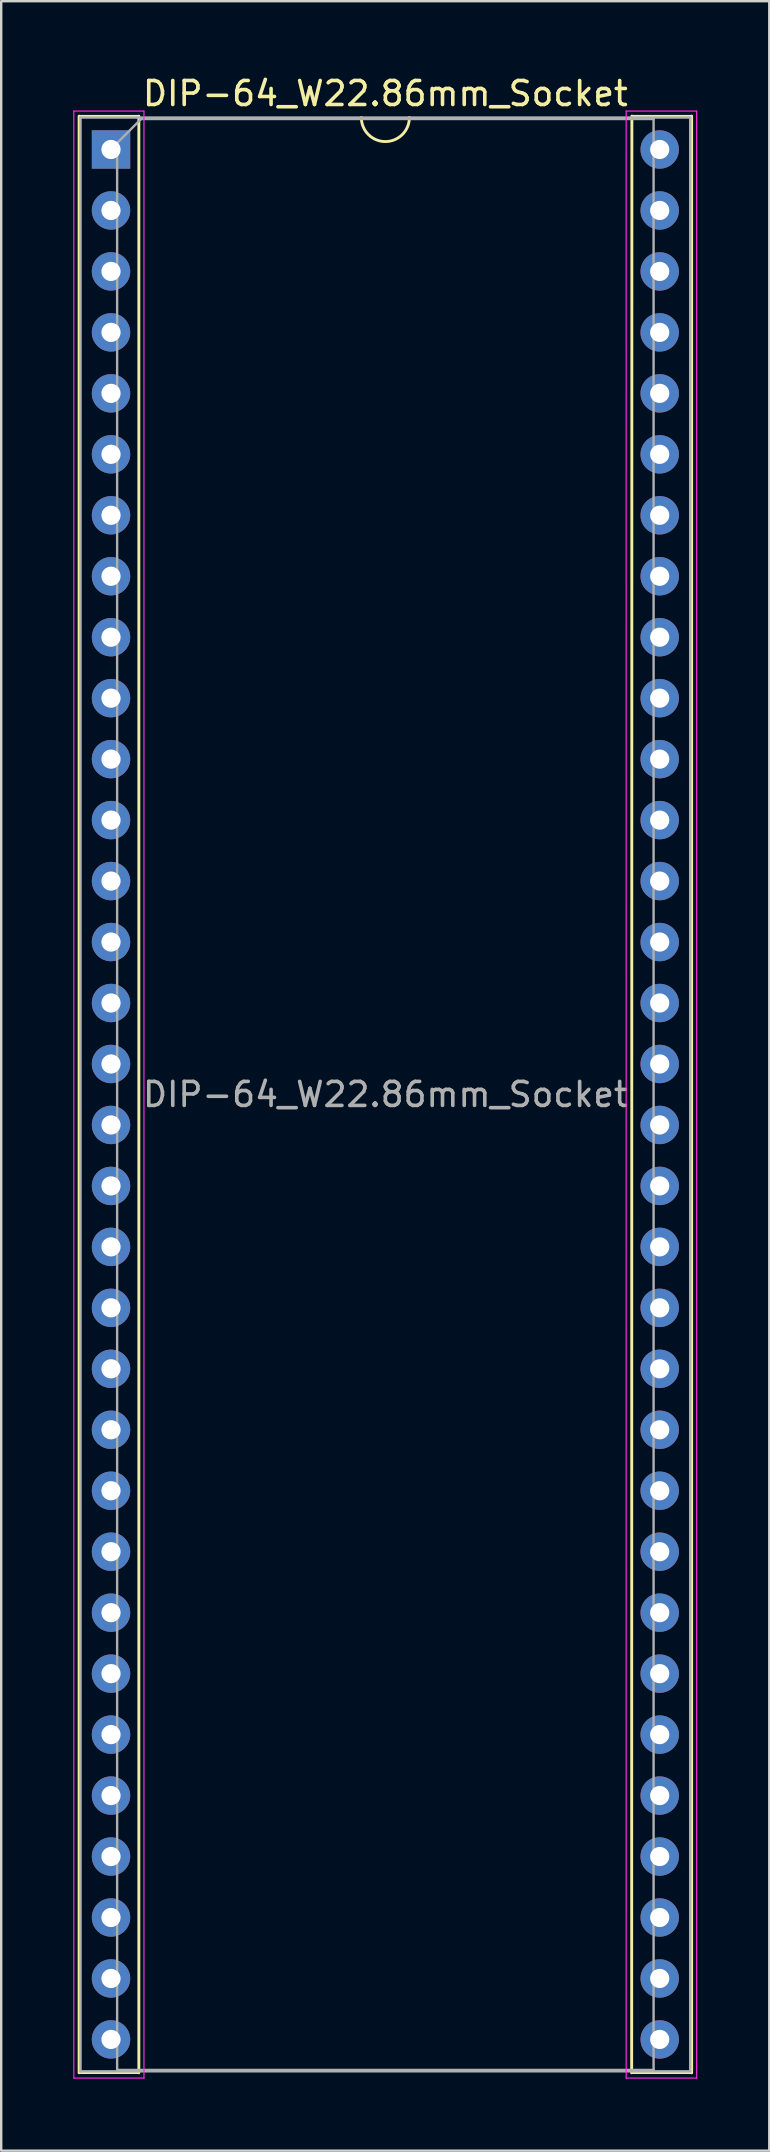
<source format=kicad_pcb>
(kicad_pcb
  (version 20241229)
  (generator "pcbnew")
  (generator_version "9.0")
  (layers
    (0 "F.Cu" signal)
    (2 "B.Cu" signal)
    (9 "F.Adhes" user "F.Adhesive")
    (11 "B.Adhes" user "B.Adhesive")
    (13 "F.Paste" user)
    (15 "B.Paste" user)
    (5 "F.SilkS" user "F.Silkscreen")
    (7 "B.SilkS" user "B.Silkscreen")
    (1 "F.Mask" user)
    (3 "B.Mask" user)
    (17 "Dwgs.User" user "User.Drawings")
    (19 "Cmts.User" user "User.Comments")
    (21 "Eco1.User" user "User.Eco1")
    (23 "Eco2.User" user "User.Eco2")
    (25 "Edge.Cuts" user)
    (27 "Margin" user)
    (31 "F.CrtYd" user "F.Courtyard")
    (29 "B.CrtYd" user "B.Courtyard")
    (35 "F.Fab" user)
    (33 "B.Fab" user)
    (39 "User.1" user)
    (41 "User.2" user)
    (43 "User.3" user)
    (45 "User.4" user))
  (footprint "DIP-64_W22.86mm_Socket"
    (layer "F.Cu")
    (at 1.575 3.178)
    (property "Reference" "DIP-64_W22.86mm_Socket" (at 11.43 -2.33 0) (layer "F.SilkS") (effects (font (size 1 1) (thickness 0.15))))
    (attr through_hole allow_soldermask_bridges)
    (fp_line (start -1.33 -1.39) (end -1.33 80.13) (stroke (width 0.12) (type solid)) (layer "F.SilkS"))
    (fp_line (start -1.33 80.13) (end 1.16 80.13) (stroke (width 0.1) (type default)) (layer "F.SilkS"))
    (fp_line (start 1.16 -1.39) (end -1.33 -1.39) (stroke (width 0.1) (type default)) (layer "F.SilkS"))
    (fp_line (start 1.16 -1.39) (end 1.16 80.13) (stroke (width 0.12) (type solid)) (layer "F.SilkS"))
    (fp_line (start 21.692 80.13) (end 21.7 -1.39) (stroke (width 0.12) (type solid)) (layer "F.SilkS"))
    (fp_line (start 21.692 80.13) (end 24.19 80.13) (stroke (width 0.1) (type default)) (layer "F.SilkS"))
    (fp_line (start 24.19 -1.39) (end 21.7 -1.39) (stroke (width 0.1) (type default)) (layer "F.SilkS"))
    (fp_line (start 24.19 80.13) (end 24.19 -1.39) (stroke (width 0.12) (type solid)) (layer "F.SilkS"))
    (fp_arc (start 12.43 -1.33) (mid 11.43 -0.33) (end 10.43 -1.33) (stroke (width 0.12) (type solid)) (layer "F.SilkS"))
    (fp_line (start -1.55 -1.6) (end -1.55 80.35) (stroke (width 0.05) (type solid)) (layer "F.CrtYd"))
    (fp_line (start 1.372 -1.6) (end -1.55 -1.6) (stroke (width 0.05) (type solid)) (layer "F.CrtYd"))
    (fp_line (start 1.372 -1.6) (end 1.372 80.35) (stroke (width 0.05) (type solid)) (layer "F.CrtYd"))
    (fp_line (start 1.372 80.35) (end -1.55 80.35) (stroke (width 0.05) (type default)) (layer "F.CrtYd"))
    (fp_line (start 21.463 -1.6) (end 24.4 -1.6) (stroke (width 0.05) (type default)) (layer "F.CrtYd"))
    (fp_line (start 21.463 80.35) (end 21.463 -1.6) (stroke (width 0.05) (type solid)) (layer "F.CrtYd"))
    (fp_line (start 21.463 80.35) (end 24.4 80.35) (stroke (width 0.05) (type default)) (layer "F.CrtYd"))
    (fp_line (start 24.4 80.35) (end 24.4 -1.6) (stroke (width 0.05) (type solid)) (layer "F.CrtYd"))
    (fp_line (start -1.27 -1.33) (end -1.27 80.07) (stroke (width 0.1) (type solid)) (layer "F.Fab"))
    (fp_line (start -1.27 80.07) (end 24.13 80.07) (stroke (width 0.1) (type solid)) (layer "F.Fab"))
    (fp_line (start 0.255 -0.27) (end 1.255 -1.27) (stroke (width 0.1) (type solid)) (layer "F.Fab"))
    (fp_line (start 0.255 80.01) (end 0.255 -0.27) (stroke (width 0.1) (type solid)) (layer "F.Fab"))
    (fp_line (start 1.255 -1.27) (end 22.605 -1.27) (stroke (width 0.1) (type solid)) (layer "F.Fab"))
    (fp_line (start 22.605 -1.27) (end 22.605 80.01) (stroke (width 0.1) (type solid)) (layer "F.Fab"))
    (fp_line (start 22.605 80.01) (end 0.255 80.01) (stroke (width 0.1) (type solid)) (layer "F.Fab"))
    (fp_line (start 24.13 -1.33) (end -1.27 -1.33) (stroke (width 0.1) (type solid)) (layer "F.Fab"))
    (fp_line (start 24.13 80.07) (end 24.13 -1.33) (stroke (width 0.1) (type solid)) (layer "F.Fab"))
    (fp_text user "${REFERENCE}" (at 11.43 39.37 0) (layer "F.Fab") (effects (font (size 1 1) (thickness 0.15))))
    (pad "1" thru_hole rect (at 0 0) (size 1.6 1.6) (drill 0.8) (layers "*.Cu" "*.Mask"))
    (pad "2" thru_hole oval (at 0 2.54) (size 1.6 1.6) (drill 0.8) (layers "*.Cu" "*.Mask"))
    (pad "3" thru_hole oval (at 0 5.08) (size 1.6 1.6) (drill 0.8) (layers "*.Cu" "*.Mask"))
    (pad "4" thru_hole oval (at 0 7.62) (size 1.6 1.6) (drill 0.8) (layers "*.Cu" "*.Mask"))
    (pad "5" thru_hole oval (at 0 10.16) (size 1.6 1.6) (drill 0.8) (layers "*.Cu" "*.Mask"))
    (pad "6" thru_hole oval (at 0 12.7) (size 1.6 1.6) (drill 0.8) (layers "*.Cu" "*.Mask"))
    (pad "7" thru_hole oval (at 0 15.24) (size 1.6 1.6) (drill 0.8) (layers "*.Cu" "*.Mask"))
    (pad "8" thru_hole oval (at 0 17.78) (size 1.6 1.6) (drill 0.8) (layers "*.Cu" "*.Mask"))
    (pad "9" thru_hole oval (at 0 20.32) (size 1.6 1.6) (drill 0.8) (layers "*.Cu" "*.Mask"))
    (pad "10" thru_hole oval (at 0 22.86) (size 1.6 1.6) (drill 0.8) (layers "*.Cu" "*.Mask"))
    (pad "11" thru_hole oval (at 0 25.4) (size 1.6 1.6) (drill 0.8) (layers "*.Cu" "*.Mask"))
    (pad "12" thru_hole oval (at 0 27.94) (size 1.6 1.6) (drill 0.8) (layers "*.Cu" "*.Mask"))
    (pad "13" thru_hole oval (at 0 30.48) (size 1.6 1.6) (drill 0.8) (layers "*.Cu" "*.Mask"))
    (pad "14" thru_hole oval (at 0 33.02) (size 1.6 1.6) (drill 0.8) (layers "*.Cu" "*.Mask"))
    (pad "15" thru_hole oval (at 0 35.56) (size 1.6 1.6) (drill 0.8) (layers "*.Cu" "*.Mask"))
    (pad "16" thru_hole oval (at 0 38.1) (size 1.6 1.6) (drill 0.8) (layers "*.Cu" "*.Mask"))
    (pad "17" thru_hole oval (at 0 40.64) (size 1.6 1.6) (drill 0.8) (layers "*.Cu" "*.Mask"))
    (pad "18" thru_hole oval (at 0 43.18) (size 1.6 1.6) (drill 0.8) (layers "*.Cu" "*.Mask"))
    (pad "19" thru_hole oval (at 0 45.72) (size 1.6 1.6) (drill 0.8) (layers "*.Cu" "*.Mask"))
    (pad "20" thru_hole oval (at 0 48.26) (size 1.6 1.6) (drill 0.8) (layers "*.Cu" "*.Mask"))
    (pad "21" thru_hole oval (at 0 50.8) (size 1.6 1.6) (drill 0.8) (layers "*.Cu" "*.Mask"))
    (pad "22" thru_hole oval (at 0 53.34) (size 1.6 1.6) (drill 0.8) (layers "*.Cu" "*.Mask"))
    (pad "23" thru_hole oval (at 0 55.88) (size 1.6 1.6) (drill 0.8) (layers "*.Cu" "*.Mask"))
    (pad "24" thru_hole oval (at 0 58.42) (size 1.6 1.6) (drill 0.8) (layers "*.Cu" "*.Mask"))
    (pad "25" thru_hole oval (at 0 60.96) (size 1.6 1.6) (drill 0.8) (layers "*.Cu" "*.Mask"))
    (pad "26" thru_hole oval (at 0 63.5) (size 1.6 1.6) (drill 0.8) (layers "*.Cu" "*.Mask"))
    (pad "27" thru_hole oval (at 0 66.04) (size 1.6 1.6) (drill 0.8) (layers "*.Cu" "*.Mask"))
    (pad "28" thru_hole oval (at 0 68.58) (size 1.6 1.6) (drill 0.8) (layers "*.Cu" "*.Mask"))
    (pad "29" thru_hole oval (at 0 71.12) (size 1.6 1.6) (drill 0.8) (layers "*.Cu" "*.Mask"))
    (pad "30" thru_hole oval (at 0 73.66) (size 1.6 1.6) (drill 0.8) (layers "*.Cu" "*.Mask"))
    (pad "31" thru_hole oval (at 0 76.2) (size 1.6 1.6) (drill 0.8) (layers "*.Cu" "*.Mask"))
    (pad "32" thru_hole oval (at 0 78.74) (size 1.6 1.6) (drill 0.8) (layers "*.Cu" "*.Mask"))
    (pad "33" thru_hole oval (at 22.86 78.74) (size 1.6 1.6) (drill 0.8) (layers "*.Cu" "*.Mask"))
    (pad "34" thru_hole oval (at 22.86 76.2) (size 1.6 1.6) (drill 0.8) (layers "*.Cu" "*.Mask"))
    (pad "35" thru_hole oval (at 22.86 73.66) (size 1.6 1.6) (drill 0.8) (layers "*.Cu" "*.Mask"))
    (pad "36" thru_hole oval (at 22.86 71.12) (size 1.6 1.6) (drill 0.8) (layers "*.Cu" "*.Mask"))
    (pad "37" thru_hole oval (at 22.86 68.58) (size 1.6 1.6) (drill 0.8) (layers "*.Cu" "*.Mask"))
    (pad "38" thru_hole oval (at 22.86 66.04) (size 1.6 1.6) (drill 0.8) (layers "*.Cu" "*.Mask"))
    (pad "39" thru_hole oval (at 22.86 63.5) (size 1.6 1.6) (drill 0.8) (layers "*.Cu" "*.Mask"))
    (pad "40" thru_hole oval (at 22.86 60.96) (size 1.6 1.6) (drill 0.8) (layers "*.Cu" "*.Mask"))
    (pad "41" thru_hole oval (at 22.86 58.42) (size 1.6 1.6) (drill 0.8) (layers "*.Cu" "*.Mask"))
    (pad "42" thru_hole oval (at 22.86 55.88) (size 1.6 1.6) (drill 0.8) (layers "*.Cu" "*.Mask"))
    (pad "43" thru_hole oval (at 22.86 53.34) (size 1.6 1.6) (drill 0.8) (layers "*.Cu" "*.Mask"))
    (pad "44" thru_hole oval (at 22.86 50.8) (size 1.6 1.6) (drill 0.8) (layers "*.Cu" "*.Mask"))
    (pad "45" thru_hole oval (at 22.86 48.26) (size 1.6 1.6) (drill 0.8) (layers "*.Cu" "*.Mask"))
    (pad "46" thru_hole oval (at 22.86 45.72) (size 1.6 1.6) (drill 0.8) (layers "*.Cu" "*.Mask"))
    (pad "47" thru_hole oval (at 22.86 43.18) (size 1.6 1.6) (drill 0.8) (layers "*.Cu" "*.Mask"))
    (pad "48" thru_hole oval (at 22.86 40.64) (size 1.6 1.6) (drill 0.8) (layers "*.Cu" "*.Mask"))
    (pad "49" thru_hole oval (at 22.86 38.1) (size 1.6 1.6) (drill 0.8) (layers "*.Cu" "*.Mask"))
    (pad "50" thru_hole oval (at 22.86 35.56) (size 1.6 1.6) (drill 0.8) (layers "*.Cu" "*.Mask"))
    (pad "51" thru_hole oval (at 22.86 33.02) (size 1.6 1.6) (drill 0.8) (layers "*.Cu" "*.Mask"))
    (pad "52" thru_hole oval (at 22.86 30.48) (size 1.6 1.6) (drill 0.8) (layers "*.Cu" "*.Mask"))
    (pad "53" thru_hole oval (at 22.86 27.94) (size 1.6 1.6) (drill 0.8) (layers "*.Cu" "*.Mask"))
    (pad "54" thru_hole oval (at 22.86 25.4) (size 1.6 1.6) (drill 0.8) (layers "*.Cu" "*.Mask"))
    (pad "55" thru_hole oval (at 22.86 22.86) (size 1.6 1.6) (drill 0.8) (layers "*.Cu" "*.Mask"))
    (pad "56" thru_hole oval (at 22.86 20.32) (size 1.6 1.6) (drill 0.8) (layers "*.Cu" "*.Mask"))
    (pad "57" thru_hole oval (at 22.86 17.78) (size 1.6 1.6) (drill 0.8) (layers "*.Cu" "*.Mask"))
    (pad "58" thru_hole oval (at 22.86 15.24) (size 1.6 1.6) (drill 0.8) (layers "*.Cu" "*.Mask"))
    (pad "59" thru_hole oval (at 22.86 12.7) (size 1.6 1.6) (drill 0.8) (layers "*.Cu" "*.Mask"))
    (pad "60" thru_hole oval (at 22.86 10.16) (size 1.6 1.6) (drill 0.8) (layers "*.Cu" "*.Mask"))
    (pad "61" thru_hole oval (at 22.86 7.62) (size 1.6 1.6) (drill 0.8) (layers "*.Cu" "*.Mask"))
    (pad "62" thru_hole oval (at 22.86 5.08) (size 1.6 1.6) (drill 0.8) (layers "*.Cu" "*.Mask"))
    (pad "63" thru_hole oval (at 22.86 2.54) (size 1.6 1.6) (drill 0.8) (layers "*.Cu" "*.Mask"))
    (pad "64" thru_hole oval (at 22.86 0) (size 1.6 1.6) (drill 0.8) (layers "*.Cu" "*.Mask")))
  (gr_rect
    (start -3 -3)
    (end 29 86.553)
    (stroke (width 0.1) (type default))
    (fill no)
    (layer "Edge.Cuts")))
</source>
